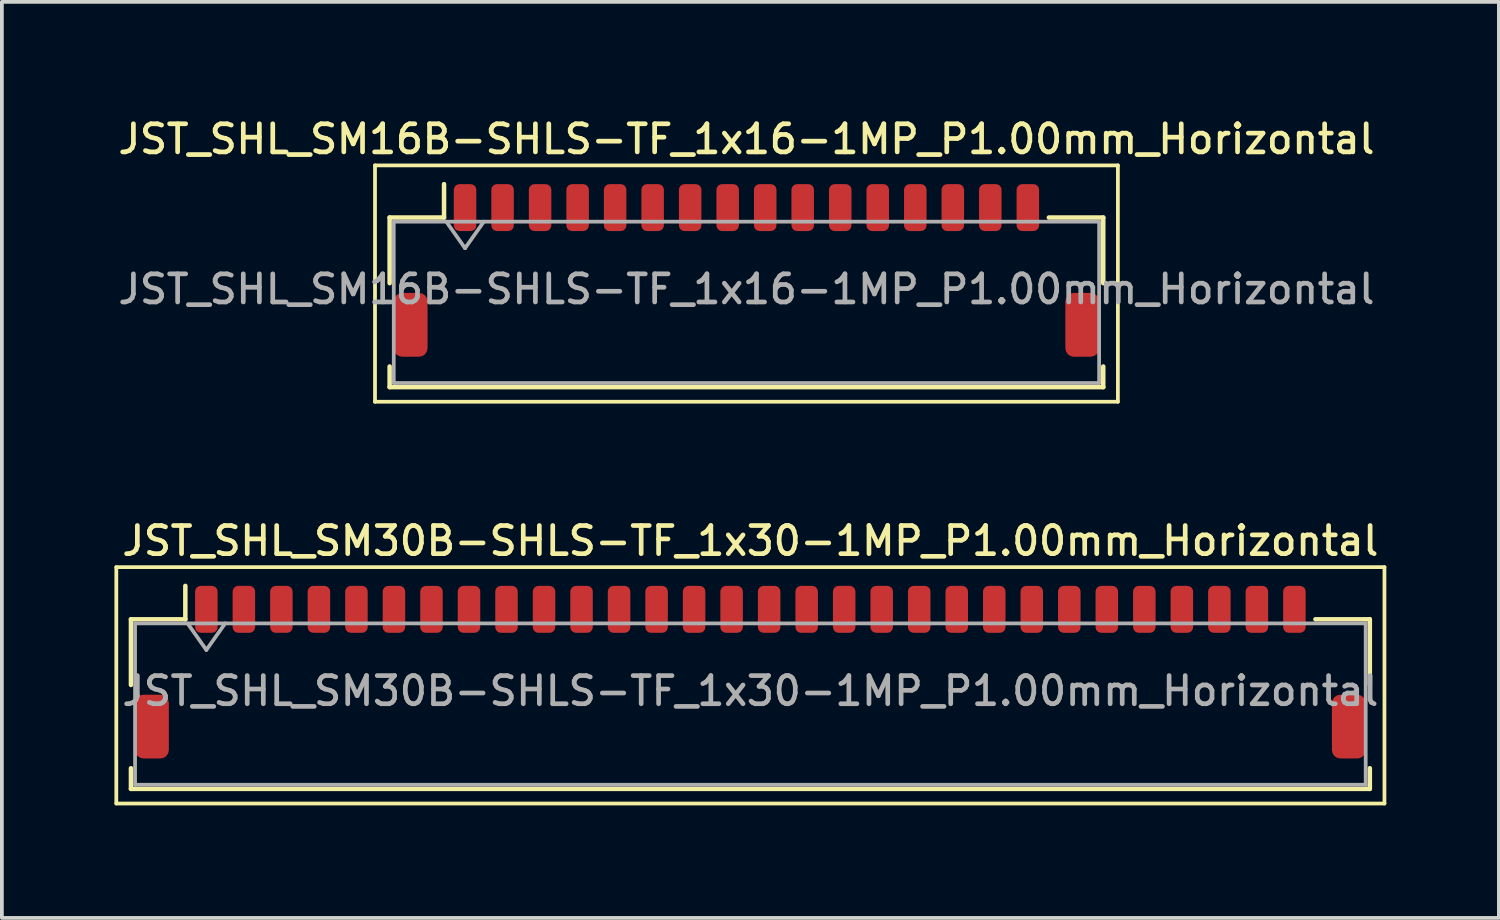
<source format=kicad_pcb>
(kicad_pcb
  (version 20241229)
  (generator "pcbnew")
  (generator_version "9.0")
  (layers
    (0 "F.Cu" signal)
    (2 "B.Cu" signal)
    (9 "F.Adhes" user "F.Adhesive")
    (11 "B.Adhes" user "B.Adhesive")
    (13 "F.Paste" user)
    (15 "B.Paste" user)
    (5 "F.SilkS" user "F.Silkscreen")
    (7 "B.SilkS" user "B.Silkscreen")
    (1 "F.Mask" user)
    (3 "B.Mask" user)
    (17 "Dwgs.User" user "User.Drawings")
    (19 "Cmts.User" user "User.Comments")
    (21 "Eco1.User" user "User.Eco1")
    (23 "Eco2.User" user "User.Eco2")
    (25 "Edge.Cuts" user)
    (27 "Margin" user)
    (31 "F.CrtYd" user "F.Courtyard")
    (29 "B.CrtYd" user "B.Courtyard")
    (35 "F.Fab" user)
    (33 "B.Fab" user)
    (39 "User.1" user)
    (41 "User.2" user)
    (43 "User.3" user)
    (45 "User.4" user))
  (footprint "JST_SHL_SM30B-SHLS-TF_1x30-1MP_P1.00mm_Horizontal"
    (layer "F.Cu")
    (at 16.95 14.866)
    (property "Reference" "JST_SHL_SM30B-SHLS-TF_1x30-1MP_P1.00mm_Horizontal" (at 0 -3.5 0) (layer "F.SilkS") (effects (font (size 0.75 0.75) (thickness 0.125))))
    (attr smd)
    (fp_line (start -16.9 -2.8) (end -16.9 3.5) (stroke (width 0.1) (type solid)) (layer "F.SilkS"))
    (fp_line (start -16.9 3.5) (end 16.9 3.5) (stroke (width 0.1) (type solid)) (layer "F.SilkS"))
    (fp_line (start -16.51 -1.41) (end -15.06 -1.41) (stroke (width 0.12) (type solid)) (layer "F.SilkS"))
    (fp_line (start -16.51 0.34) (end -16.51 -1.41) (stroke (width 0.12) (type solid)) (layer "F.SilkS"))
    (fp_line (start -16.51 2.56) (end -16.51 3.11) (stroke (width 0.12) (type solid)) (layer "F.SilkS"))
    (fp_line (start -16.51 3.11) (end 16.51 3.11) (stroke (width 0.12) (type solid)) (layer "F.SilkS"))
    (fp_line (start -15.06 -1.41) (end -15.06 -2.3) (stroke (width 0.12) (type solid)) (layer "F.SilkS"))
    (fp_line (start 16.51 -1.41) (end 15.06 -1.41) (stroke (width 0.12) (type solid)) (layer "F.SilkS"))
    (fp_line (start 16.51 0.34) (end 16.51 -1.41) (stroke (width 0.12) (type solid)) (layer "F.SilkS"))
    (fp_line (start 16.51 3.11) (end 16.51 2.56) (stroke (width 0.12) (type solid)) (layer "F.SilkS"))
    (fp_line (start 16.9 -2.8) (end -16.9 -2.8) (stroke (width 0.1) (type solid)) (layer "F.SilkS"))
    (fp_line (start 16.9 3.5) (end 16.9 -2.8) (stroke (width 0.1) (type solid)) (layer "F.SilkS"))
    (fp_line (start -16.4 -1.3) (end -16.4 3) (stroke (width 0.1) (type solid)) (layer "F.Fab"))
    (fp_line (start -16.4 -1.3) (end 16.4 -1.3) (stroke (width 0.1) (type solid)) (layer "F.Fab"))
    (fp_line (start -16.4 3) (end 16.4 3) (stroke (width 0.1) (type solid)) (layer "F.Fab"))
    (fp_line (start -15 -1.3) (end -14.5 -0.593) (stroke (width 0.1) (type solid)) (layer "F.Fab"))
    (fp_line (start -14.5 -0.593) (end -14 -1.3) (stroke (width 0.1) (type solid)) (layer "F.Fab"))
    (fp_line (start 16.4 -1.3) (end 16.4 3) (stroke (width 0.1) (type solid)) (layer "F.Fab"))
    (fp_text user "${REFERENCE}" (at 0 0.5 0) (layer "F.Fab") (effects (font (size 0.75 0.75) (thickness 0.125))))
    (pad "1" smd roundrect (at -14.5 -1.675) (size 0.6 1.25) (layers "F.Cu" "F.Mask" "F.Paste") (roundrect_rratio 0.25))
    (pad "2" smd roundrect (at -13.5 -1.675) (size 0.6 1.25) (layers "F.Cu" "F.Mask" "F.Paste") (roundrect_rratio 0.25))
    (pad "3" smd roundrect (at -12.5 -1.675) (size 0.6 1.25) (layers "F.Cu" "F.Mask" "F.Paste") (roundrect_rratio 0.25))
    (pad "4" smd roundrect (at -11.5 -1.675) (size 0.6 1.25) (layers "F.Cu" "F.Mask" "F.Paste") (roundrect_rratio 0.25))
    (pad "5" smd roundrect (at -10.5 -1.675) (size 0.6 1.25) (layers "F.Cu" "F.Mask" "F.Paste") (roundrect_rratio 0.25))
    (pad "6" smd roundrect (at -9.5 -1.675) (size 0.6 1.25) (layers "F.Cu" "F.Mask" "F.Paste") (roundrect_rratio 0.25))
    (pad "7" smd roundrect (at -8.5 -1.675) (size 0.6 1.25) (layers "F.Cu" "F.Mask" "F.Paste") (roundrect_rratio 0.25))
    (pad "8" smd roundrect (at -7.5 -1.675) (size 0.6 1.25) (layers "F.Cu" "F.Mask" "F.Paste") (roundrect_rratio 0.25))
    (pad "9" smd roundrect (at -6.5 -1.675) (size 0.6 1.25) (layers "F.Cu" "F.Mask" "F.Paste") (roundrect_rratio 0.25))
    (pad "10" smd roundrect (at -5.5 -1.675) (size 0.6 1.25) (layers "F.Cu" "F.Mask" "F.Paste") (roundrect_rratio 0.25))
    (pad "11" smd roundrect (at -4.5 -1.675) (size 0.6 1.25) (layers "F.Cu" "F.Mask" "F.Paste") (roundrect_rratio 0.25))
    (pad "12" smd roundrect (at -3.5 -1.675) (size 0.6 1.25) (layers "F.Cu" "F.Mask" "F.Paste") (roundrect_rratio 0.25))
    (pad "13" smd roundrect (at -2.5 -1.675) (size 0.6 1.25) (layers "F.Cu" "F.Mask" "F.Paste") (roundrect_rratio 0.25))
    (pad "14" smd roundrect (at -1.5 -1.675) (size 0.6 1.25) (layers "F.Cu" "F.Mask" "F.Paste") (roundrect_rratio 0.25))
    (pad "15" smd roundrect (at -0.5 -1.675) (size 0.6 1.25) (layers "F.Cu" "F.Mask" "F.Paste") (roundrect_rratio 0.25))
    (pad "16" smd roundrect (at 0.5 -1.675) (size 0.6 1.25) (layers "F.Cu" "F.Mask" "F.Paste") (roundrect_rratio 0.25))
    (pad "17" smd roundrect (at 1.5 -1.675) (size 0.6 1.25) (layers "F.Cu" "F.Mask" "F.Paste") (roundrect_rratio 0.25))
    (pad "18" smd roundrect (at 2.5 -1.675) (size 0.6 1.25) (layers "F.Cu" "F.Mask" "F.Paste") (roundrect_rratio 0.25))
    (pad "19" smd roundrect (at 3.5 -1.675) (size 0.6 1.25) (layers "F.Cu" "F.Mask" "F.Paste") (roundrect_rratio 0.25))
    (pad "20" smd roundrect (at 4.5 -1.675) (size 0.6 1.25) (layers "F.Cu" "F.Mask" "F.Paste") (roundrect_rratio 0.25))
    (pad "21" smd roundrect (at 5.5 -1.675) (size 0.6 1.25) (layers "F.Cu" "F.Mask" "F.Paste") (roundrect_rratio 0.25))
    (pad "22" smd roundrect (at 6.5 -1.675) (size 0.6 1.25) (layers "F.Cu" "F.Mask" "F.Paste") (roundrect_rratio 0.25))
    (pad "23" smd roundrect (at 7.5 -1.675) (size 0.6 1.25) (layers "F.Cu" "F.Mask" "F.Paste") (roundrect_rratio 0.25))
    (pad "24" smd roundrect (at 8.5 -1.675) (size 0.6 1.25) (layers "F.Cu" "F.Mask" "F.Paste") (roundrect_rratio 0.25))
    (pad "25" smd roundrect (at 9.5 -1.675) (size 0.6 1.25) (layers "F.Cu" "F.Mask" "F.Paste") (roundrect_rratio 0.25))
    (pad "26" smd roundrect (at 10.5 -1.675) (size 0.6 1.25) (layers "F.Cu" "F.Mask" "F.Paste") (roundrect_rratio 0.25))
    (pad "27" smd roundrect (at 11.5 -1.675) (size 0.6 1.25) (layers "F.Cu" "F.Mask" "F.Paste") (roundrect_rratio 0.25))
    (pad "28" smd roundrect (at 12.5 -1.675) (size 0.6 1.25) (layers "F.Cu" "F.Mask" "F.Paste") (roundrect_rratio 0.25))
    (pad "29" smd roundrect (at 13.5 -1.675) (size 0.6 1.25) (layers "F.Cu" "F.Mask" "F.Paste") (roundrect_rratio 0.25))
    (pad "30" smd roundrect (at 14.5 -1.675) (size 0.6 1.25) (layers "F.Cu" "F.Mask" "F.Paste") (roundrect_rratio 0.25))
    (pad "MP" smd roundrect (at -15.95 1.45) (size 0.9 1.7) (layers "F.Cu" "F.Mask" "F.Paste") (roundrect_rratio 0.25))
    (pad "MP" smd roundrect (at 15.95 1.45) (size 0.9 1.7) (layers "F.Cu" "F.Mask" "F.Paste") (roundrect_rratio 0.25)))
  (footprint "JST_SHL_SM16B-SHLS-TF_1x16-1MP_P1.00mm_Horizontal"
    (layer "F.Cu")
    (at 16.845 4.158)
    (property "Reference" "JST_SHL_SM16B-SHLS-TF_1x16-1MP_P1.00mm_Horizontal" (at 0 -3.5 0) (layer "F.SilkS") (effects (font (size 0.75 0.75) (thickness 0.125))))
    (attr smd)
    (fp_line (start -9.9 -2.8) (end -9.9 3.5) (stroke (width 0.1) (type solid)) (layer "F.SilkS"))
    (fp_line (start -9.9 3.5) (end 9.9 3.5) (stroke (width 0.1) (type solid)) (layer "F.SilkS"))
    (fp_line (start -9.51 -1.41) (end -8.06 -1.41) (stroke (width 0.12) (type solid)) (layer "F.SilkS"))
    (fp_line (start -9.51 0.34) (end -9.51 -1.41) (stroke (width 0.12) (type solid)) (layer "F.SilkS"))
    (fp_line (start -9.51 2.56) (end -9.51 3.11) (stroke (width 0.12) (type solid)) (layer "F.SilkS"))
    (fp_line (start -9.51 3.11) (end 9.51 3.11) (stroke (width 0.12) (type solid)) (layer "F.SilkS"))
    (fp_line (start -8.06 -1.41) (end -8.06 -2.3) (stroke (width 0.12) (type solid)) (layer "F.SilkS"))
    (fp_line (start 9.51 -1.41) (end 8.06 -1.41) (stroke (width 0.12) (type solid)) (layer "F.SilkS"))
    (fp_line (start 9.51 0.34) (end 9.51 -1.41) (stroke (width 0.12) (type solid)) (layer "F.SilkS"))
    (fp_line (start 9.51 3.11) (end 9.51 2.56) (stroke (width 0.12) (type solid)) (layer "F.SilkS"))
    (fp_line (start 9.9 -2.8) (end -9.9 -2.8) (stroke (width 0.1) (type solid)) (layer "F.SilkS"))
    (fp_line (start 9.9 3.5) (end 9.9 -2.8) (stroke (width 0.1) (type solid)) (layer "F.SilkS"))
    (fp_line (start -9.4 -1.3) (end -9.4 3) (stroke (width 0.1) (type solid)) (layer "F.Fab"))
    (fp_line (start -9.4 -1.3) (end 9.4 -1.3) (stroke (width 0.1) (type solid)) (layer "F.Fab"))
    (fp_line (start -9.4 3) (end 9.4 3) (stroke (width 0.1) (type solid)) (layer "F.Fab"))
    (fp_line (start -8 -1.3) (end -7.5 -0.593) (stroke (width 0.1) (type solid)) (layer "F.Fab"))
    (fp_line (start -7.5 -0.593) (end -7 -1.3) (stroke (width 0.1) (type solid)) (layer "F.Fab"))
    (fp_line (start 9.4 -1.3) (end 9.4 3) (stroke (width 0.1) (type solid)) (layer "F.Fab"))
    (fp_text user "${REFERENCE}" (at 0 0.5 0) (layer "F.Fab") (effects (font (size 0.75 0.75) (thickness 0.125))))
    (pad "1" smd roundrect (at -7.5 -1.675) (size 0.6 1.25) (layers "F.Cu" "F.Mask" "F.Paste") (roundrect_rratio 0.25))
    (pad "2" smd roundrect (at -6.5 -1.675) (size 0.6 1.25) (layers "F.Cu" "F.Mask" "F.Paste") (roundrect_rratio 0.25))
    (pad "3" smd roundrect (at -5.5 -1.675) (size 0.6 1.25) (layers "F.Cu" "F.Mask" "F.Paste") (roundrect_rratio 0.25))
    (pad "4" smd roundrect (at -4.5 -1.675) (size 0.6 1.25) (layers "F.Cu" "F.Mask" "F.Paste") (roundrect_rratio 0.25))
    (pad "5" smd roundrect (at -3.5 -1.675) (size 0.6 1.25) (layers "F.Cu" "F.Mask" "F.Paste") (roundrect_rratio 0.25))
    (pad "6" smd roundrect (at -2.5 -1.675) (size 0.6 1.25) (layers "F.Cu" "F.Mask" "F.Paste") (roundrect_rratio 0.25))
    (pad "7" smd roundrect (at -1.5 -1.675) (size 0.6 1.25) (layers "F.Cu" "F.Mask" "F.Paste") (roundrect_rratio 0.25))
    (pad "8" smd roundrect (at -0.5 -1.675) (size 0.6 1.25) (layers "F.Cu" "F.Mask" "F.Paste") (roundrect_rratio 0.25))
    (pad "9" smd roundrect (at 0.5 -1.675) (size 0.6 1.25) (layers "F.Cu" "F.Mask" "F.Paste") (roundrect_rratio 0.25))
    (pad "10" smd roundrect (at 1.5 -1.675) (size 0.6 1.25) (layers "F.Cu" "F.Mask" "F.Paste") (roundrect_rratio 0.25))
    (pad "11" smd roundrect (at 2.5 -1.675) (size 0.6 1.25) (layers "F.Cu" "F.Mask" "F.Paste") (roundrect_rratio 0.25))
    (pad "12" smd roundrect (at 3.5 -1.675) (size 0.6 1.25) (layers "F.Cu" "F.Mask" "F.Paste") (roundrect_rratio 0.25))
    (pad "13" smd roundrect (at 4.5 -1.675) (size 0.6 1.25) (layers "F.Cu" "F.Mask" "F.Paste") (roundrect_rratio 0.25))
    (pad "14" smd roundrect (at 5.5 -1.675) (size 0.6 1.25) (layers "F.Cu" "F.Mask" "F.Paste") (roundrect_rratio 0.25))
    (pad "15" smd roundrect (at 6.5 -1.675) (size 0.6 1.25) (layers "F.Cu" "F.Mask" "F.Paste") (roundrect_rratio 0.25))
    (pad "16" smd roundrect (at 7.5 -1.675) (size 0.6 1.25) (layers "F.Cu" "F.Mask" "F.Paste") (roundrect_rratio 0.25))
    (pad "MP" smd roundrect (at -8.95 1.45) (size 0.9 1.7) (layers "F.Cu" "F.Mask" "F.Paste") (roundrect_rratio 0.25))
    (pad "MP" smd roundrect (at 8.95 1.45) (size 0.9 1.7) (layers "F.Cu" "F.Mask" "F.Paste") (roundrect_rratio 0.25)))
  (gr_rect
    (start -3 -3)
    (end 36.9 21.416)
    (stroke (width 0.1) (type default))
    (fill no)
    (layer "Edge.Cuts")))
</source>
